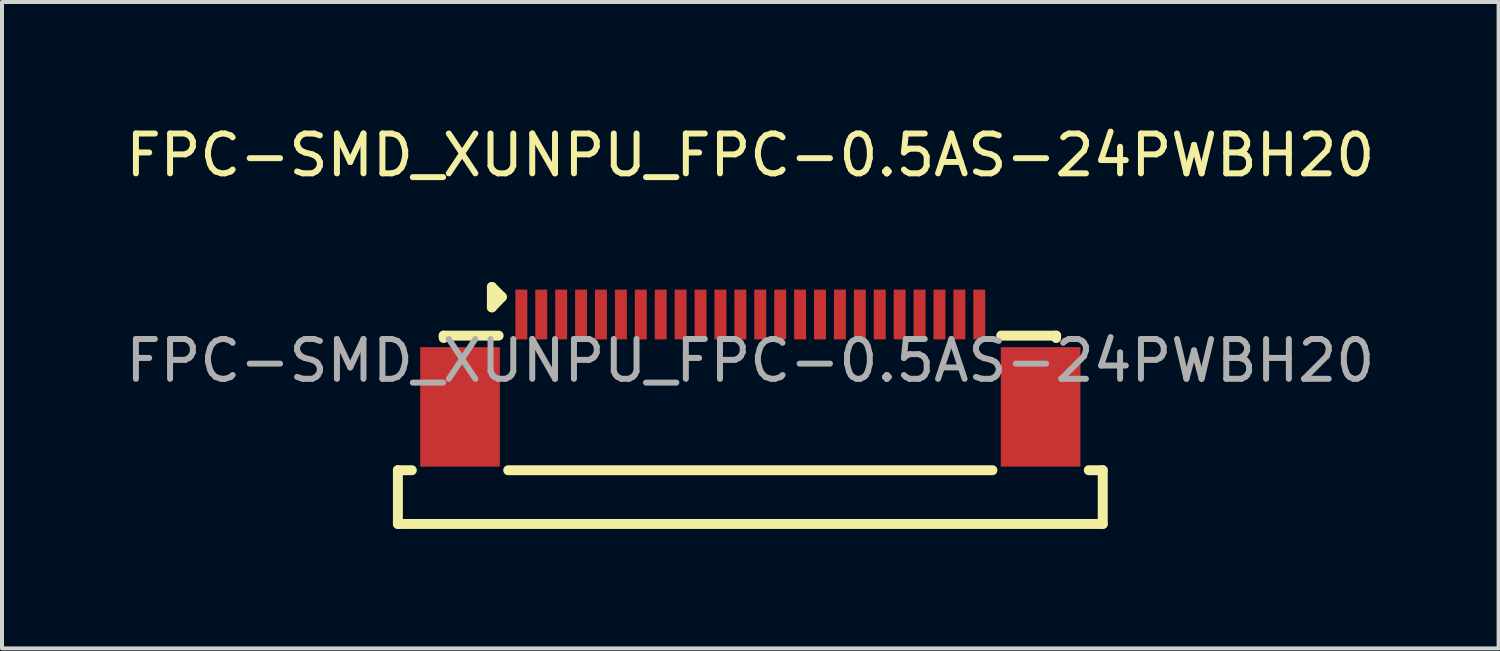
<source format=kicad_pcb>
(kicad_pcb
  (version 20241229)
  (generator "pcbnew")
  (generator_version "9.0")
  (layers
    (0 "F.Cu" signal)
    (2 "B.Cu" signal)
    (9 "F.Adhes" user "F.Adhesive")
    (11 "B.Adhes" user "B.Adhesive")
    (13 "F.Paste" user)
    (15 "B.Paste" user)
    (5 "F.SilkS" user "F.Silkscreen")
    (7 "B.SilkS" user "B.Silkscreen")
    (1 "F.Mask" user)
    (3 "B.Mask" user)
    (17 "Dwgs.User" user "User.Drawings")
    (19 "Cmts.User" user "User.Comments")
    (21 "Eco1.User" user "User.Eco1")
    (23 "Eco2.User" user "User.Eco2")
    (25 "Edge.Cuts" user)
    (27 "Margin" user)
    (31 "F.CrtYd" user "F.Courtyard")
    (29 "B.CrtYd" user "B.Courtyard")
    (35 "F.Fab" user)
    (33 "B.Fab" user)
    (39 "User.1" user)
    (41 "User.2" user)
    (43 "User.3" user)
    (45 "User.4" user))
  (footprint "FPC-SMD_XUNPU_FPC-0.5AS-24PWBH20"
    (layer "F.Cu")
    (at 15.792 6.008)
    (property "Reference" "FPC-SMD_XUNPU_FPC-0.5AS-24PWBH20" (at 0 -5.16 0) (layer "F.SilkS") (effects (font (size 1 1) (thickness 0.15))))
    (attr smd)
    (fp_line (start -8.85 2.75) (end -8.5 2.75) (stroke (width 0.25) (type solid)) (layer "F.SilkS"))
    (fp_line (start -8.85 4.1) (end -8.85 2.75) (stroke (width 0.25) (type solid)) (layer "F.SilkS"))
    (fp_line (start -7.7 -0.63) (end -7.7 -0.57) (stroke (width 0.25) (type solid)) (layer "F.SilkS"))
    (fp_line (start -7.7 -0.63) (end -6.32 -0.63) (stroke (width 0.25) (type solid)) (layer "F.SilkS"))
    (fp_line (start -6.49 -1.85) (end -6.24 -1.6) (stroke (width 0.25) (type solid)) (layer "F.SilkS"))
    (fp_line (start -6.49 -1.34) (end -6.49 -1.85) (stroke (width 0.25) (type solid)) (layer "F.SilkS"))
    (fp_line (start -6.24 -1.6) (end -6.49 -1.34) (stroke (width 0.25) (type solid)) (layer "F.SilkS"))
    (fp_line (start -6.08 2.75) (end 6.08 2.75) (stroke (width 0.25) (type solid)) (layer "F.SilkS"))
    (fp_line (start 7.68 -0.63) (end 6.3 -0.63) (stroke (width 0.25) (type solid)) (layer "F.SilkS"))
    (fp_line (start 7.68 -0.63) (end 7.68 -0.57) (stroke (width 0.25) (type solid)) (layer "F.SilkS"))
    (fp_line (start 8.5 2.75) (end 8.85 2.75) (stroke (width 0.25) (type solid)) (layer "F.SilkS"))
    (fp_line (start 8.85 4.1) (end -8.85 4.1) (stroke (width 0.25) (type solid)) (layer "F.SilkS"))
    (fp_line (start 8.85 4.1) (end 8.85 2.75) (stroke (width 0.25) (type solid)) (layer "F.SilkS"))
    (fp_text user "${REFERENCE}" (at 0 0 0) (layer "F.Fab") (effects (font (size 1 1) (thickness 0.15))))
    (pad "1" smd rect (at -5.75 -1.16) (size 0.3 1.25) (layers "F.Cu" "F.Mask" "F.Paste"))
    (pad "2" smd rect (at -5.25 -1.16) (size 0.3 1.25) (layers "F.Cu" "F.Mask" "F.Paste"))
    (pad "3" smd rect (at -4.75 -1.16) (size 0.3 1.25) (layers "F.Cu" "F.Mask" "F.Paste"))
    (pad "4" smd rect (at -4.25 -1.16) (size 0.3 1.25) (layers "F.Cu" "F.Mask" "F.Paste"))
    (pad "5" smd rect (at -3.75 -1.16) (size 0.3 1.25) (layers "F.Cu" "F.Mask" "F.Paste"))
    (pad "6" smd rect (at -3.25 -1.16) (size 0.3 1.25) (layers "F.Cu" "F.Mask" "F.Paste"))
    (pad "7" smd rect (at -2.75 -1.16) (size 0.3 1.25) (layers "F.Cu" "F.Mask" "F.Paste"))
    (pad "8" smd rect (at -2.25 -1.16) (size 0.3 1.25) (layers "F.Cu" "F.Mask" "F.Paste"))
    (pad "9" smd rect (at -1.75 -1.16) (size 0.3 1.25) (layers "F.Cu" "F.Mask" "F.Paste"))
    (pad "10" smd rect (at -1.25 -1.16) (size 0.3 1.25) (layers "F.Cu" "F.Mask" "F.Paste"))
    (pad "11" smd rect (at -0.75 -1.16) (size 0.3 1.25) (layers "F.Cu" "F.Mask" "F.Paste"))
    (pad "12" smd rect (at -0.25 -1.16) (size 0.3 1.25) (layers "F.Cu" "F.Mask" "F.Paste"))
    (pad "13" smd rect (at 0.25 -1.16) (size 0.3 1.25) (layers "F.Cu" "F.Mask" "F.Paste"))
    (pad "14" smd rect (at 0.75 -1.16) (size 0.3 1.25) (layers "F.Cu" "F.Mask" "F.Paste"))
    (pad "15" smd rect (at 1.25 -1.16) (size 0.3 1.25) (layers "F.Cu" "F.Mask" "F.Paste"))
    (pad "16" smd rect (at 1.75 -1.16) (size 0.3 1.25) (layers "F.Cu" "F.Mask" "F.Paste"))
    (pad "17" smd rect (at 2.25 -1.16) (size 0.3 1.25) (layers "F.Cu" "F.Mask" "F.Paste"))
    (pad "18" smd rect (at 2.75 -1.16) (size 0.3 1.25) (layers "F.Cu" "F.Mask" "F.Paste"))
    (pad "19" smd rect (at 3.25 -1.16) (size 0.3 1.25) (layers "F.Cu" "F.Mask" "F.Paste"))
    (pad "20" smd rect (at 3.75 -1.16) (size 0.3 1.25) (layers "F.Cu" "F.Mask" "F.Paste"))
    (pad "21" smd rect (at 4.25 -1.16) (size 0.3 1.25) (layers "F.Cu" "F.Mask" "F.Paste"))
    (pad "22" smd rect (at 4.75 -1.16) (size 0.3 1.25) (layers "F.Cu" "F.Mask" "F.Paste"))
    (pad "23" smd rect (at 5.25 -1.16) (size 0.3 1.25) (layers "F.Cu" "F.Mask" "F.Paste"))
    (pad "24" smd rect (at 5.75 -1.16) (size 0.3 1.25) (layers "F.Cu" "F.Mask" "F.Paste"))
    (pad "MP" smd rect (at -7.29 1.16) (size 2 3) (layers "F.Cu" "F.Mask" "F.Paste"))
    (pad "MP" smd rect (at 7.29 1.16) (size 2 3) (layers "F.Cu" "F.Mask" "F.Paste")))
  (gr_rect
    (start -3 -3)
    (end 34.583 13.233)
    (stroke (width 0.1) (type default))
    (fill no)
    (layer "Edge.Cuts")))
</source>
